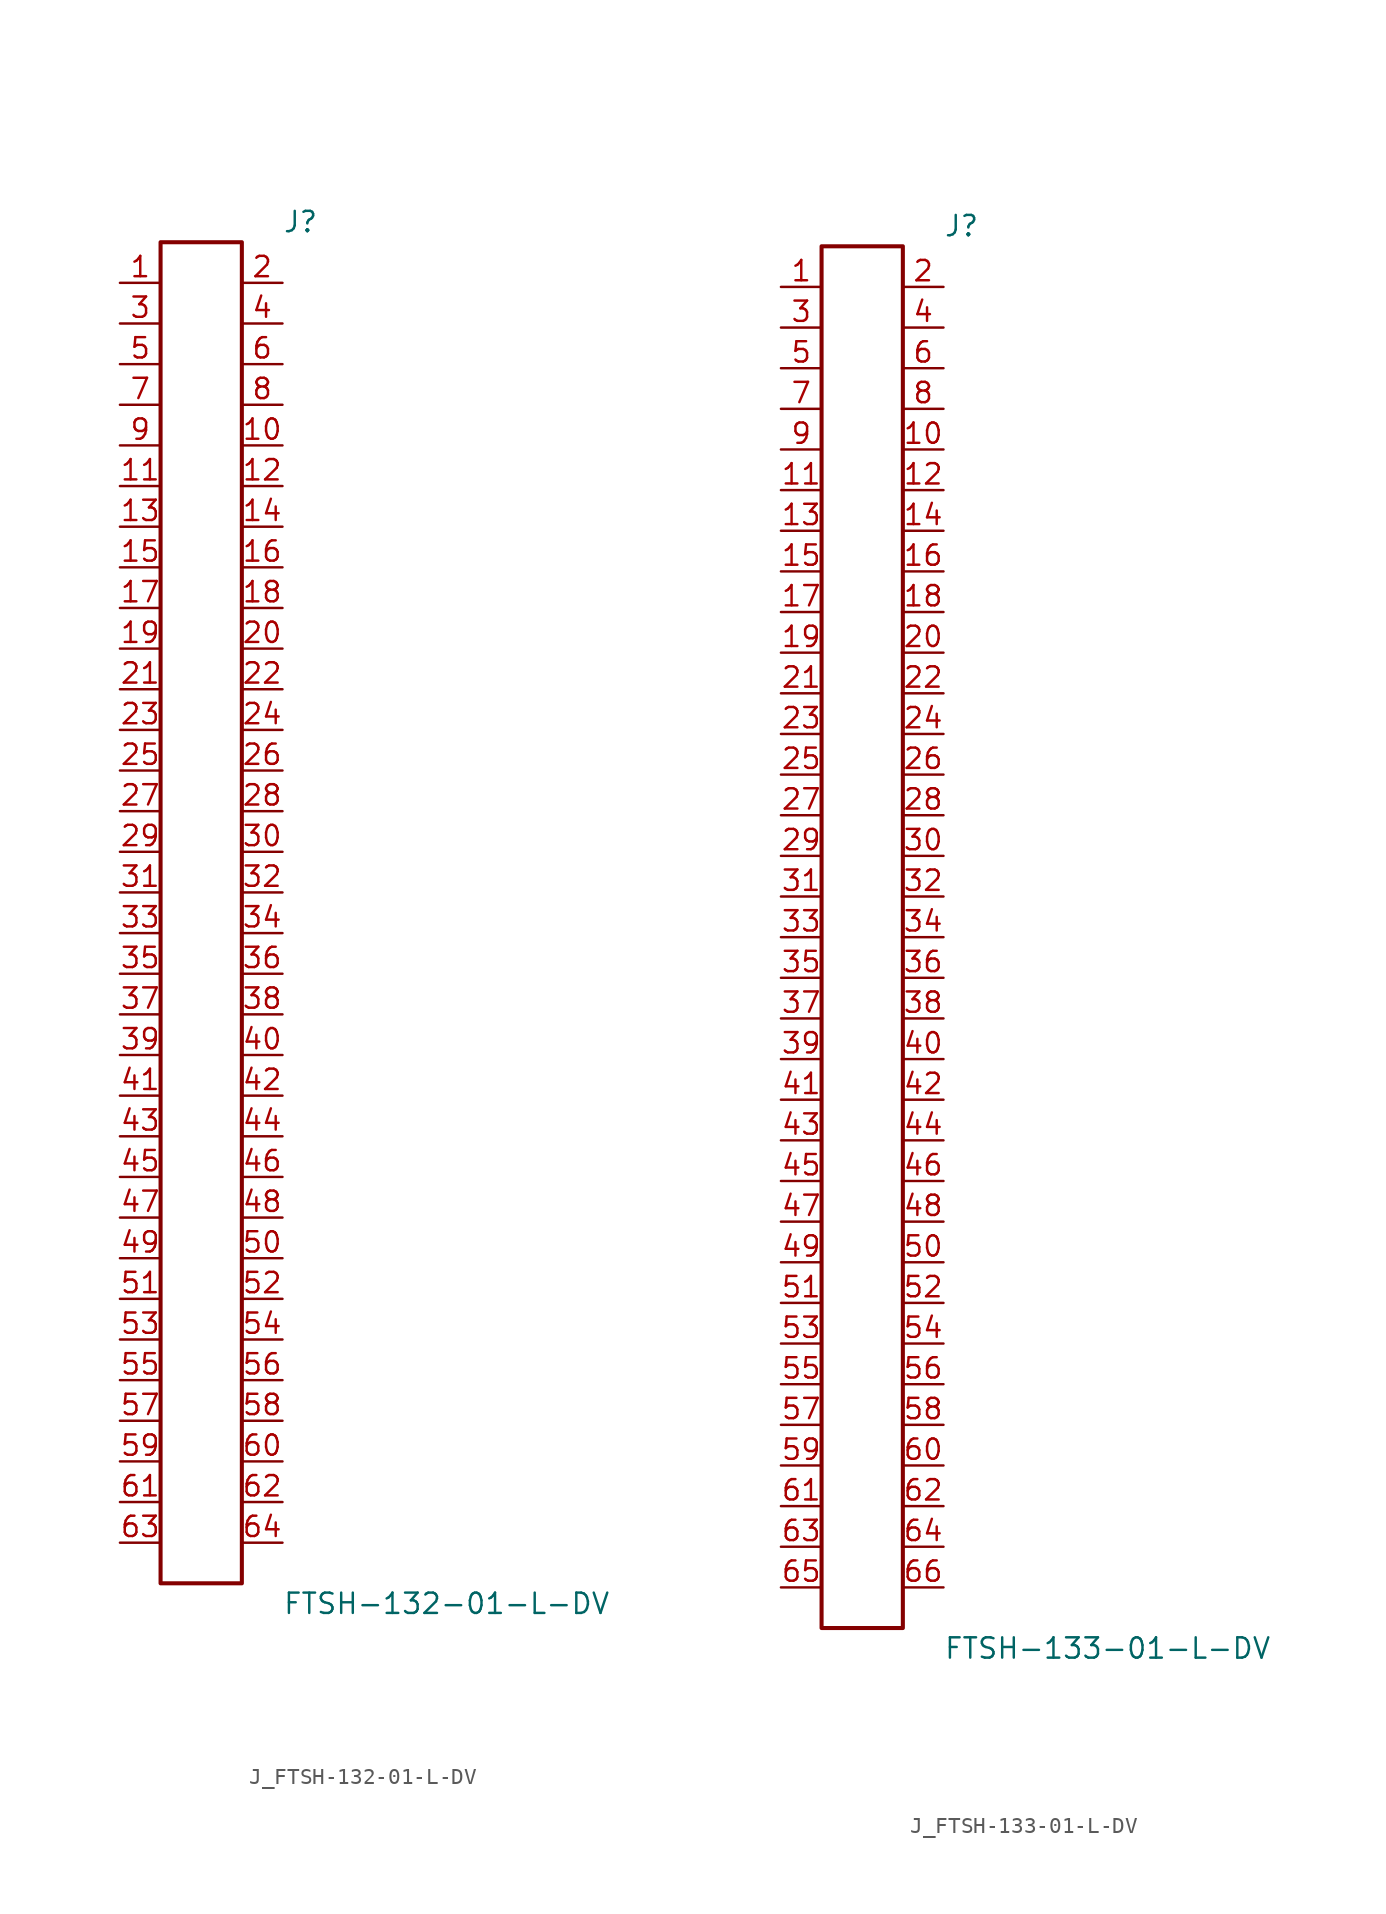
<source format=kicad_sym>
(kicad_symbol_lib
  (version 20231120)
  (generator kicad_symbol_editor)
  (generator_version 8.0)
  (symbol "J_FTSH-132-01-L-DV"
    (pin_names
      (offset 0.254))
    (property "Reference" "J"
      (at 5.08 43.18 0)
      (effects (font (size 1.27 1.27)) (justify left)))
    (property "Value" "FTSH-132-01-L-DV"
      (at 5.08 -43.18 0)
      (effects (font (size 1.27 1.27)) (justify left)))
    (symbol "J_FTSH-132-01-L-DV_0_0"
      (pin passive line (at -5.08 39.37 0) (length 2.54) (name "" (effects (font (size 1.27 1.27)))) (number "1" (effects (font (size 1.27 1.27)))))
      (pin passive line (at 5.08 39.37 180) (length 2.54) (name "" (effects (font (size 1.27 1.27)))) (number "2" (effects (font (size 1.27 1.27)))))
      (pin passive line (at -5.08 36.83 0) (length 2.54) (name "" (effects (font (size 1.27 1.27)))) (number "3" (effects (font (size 1.27 1.27)))))
      (pin passive line (at 5.08 36.83 180) (length 2.54) (name "" (effects (font (size 1.27 1.27)))) (number "4" (effects (font (size 1.27 1.27)))))
      (pin passive line (at -5.08 34.29 0) (length 2.54) (name "" (effects (font (size 1.27 1.27)))) (number "5" (effects (font (size 1.27 1.27)))))
      (pin passive line (at 5.08 34.29 180) (length 2.54) (name "" (effects (font (size 1.27 1.27)))) (number "6" (effects (font (size 1.27 1.27)))))
      (pin passive line (at -5.08 31.75 0) (length 2.54) (name "" (effects (font (size 1.27 1.27)))) (number "7" (effects (font (size 1.27 1.27)))))
      (pin passive line (at 5.08 31.75 180) (length 2.54) (name "" (effects (font (size 1.27 1.27)))) (number "8" (effects (font (size 1.27 1.27)))))
      (pin passive line (at -5.08 29.21 0) (length 2.54) (name "" (effects (font (size 1.27 1.27)))) (number "9" (effects (font (size 1.27 1.27)))))
      (pin passive line (at 5.08 29.21 180) (length 2.54) (name "" (effects (font (size 1.27 1.27)))) (number "10" (effects (font (size 1.27 1.27)))))
      (pin passive line (at -5.08 26.67 0) (length 2.54) (name "" (effects (font (size 1.27 1.27)))) (number "11" (effects (font (size 1.27 1.27)))))
      (pin passive line (at 5.08 26.67 180) (length 2.54) (name "" (effects (font (size 1.27 1.27)))) (number "12" (effects (font (size 1.27 1.27)))))
      (pin passive line (at -5.08 24.13 0) (length 2.54) (name "" (effects (font (size 1.27 1.27)))) (number "13" (effects (font (size 1.27 1.27)))))
      (pin passive line (at 5.08 24.13 180) (length 2.54) (name "" (effects (font (size 1.27 1.27)))) (number "14" (effects (font (size 1.27 1.27)))))
      (pin passive line (at -5.08 21.59 0) (length 2.54) (name "" (effects (font (size 1.27 1.27)))) (number "15" (effects (font (size 1.27 1.27)))))
      (pin passive line (at 5.08 21.59 180) (length 2.54) (name "" (effects (font (size 1.27 1.27)))) (number "16" (effects (font (size 1.27 1.27)))))
      (pin passive line (at -5.08 19.05 0) (length 2.54) (name "" (effects (font (size 1.27 1.27)))) (number "17" (effects (font (size 1.27 1.27)))))
      (pin passive line (at 5.08 19.05 180) (length 2.54) (name "" (effects (font (size 1.27 1.27)))) (number "18" (effects (font (size 1.27 1.27)))))
      (pin passive line (at -5.08 16.51 0) (length 2.54) (name "" (effects (font (size 1.27 1.27)))) (number "19" (effects (font (size 1.27 1.27)))))
      (pin passive line (at 5.08 16.51 180) (length 2.54) (name "" (effects (font (size 1.27 1.27)))) (number "20" (effects (font (size 1.27 1.27)))))
      (pin passive line (at -5.08 13.97 0) (length 2.54) (name "" (effects (font (size 1.27 1.27)))) (number "21" (effects (font (size 1.27 1.27)))))
      (pin passive line (at 5.08 13.97 180) (length 2.54) (name "" (effects (font (size 1.27 1.27)))) (number "22" (effects (font (size 1.27 1.27)))))
      (pin passive line (at -5.08 11.43 0) (length 2.54) (name "" (effects (font (size 1.27 1.27)))) (number "23" (effects (font (size 1.27 1.27)))))
      (pin passive line (at 5.08 11.43 180) (length 2.54) (name "" (effects (font (size 1.27 1.27)))) (number "24" (effects (font (size 1.27 1.27)))))
      (pin passive line (at -5.08 8.89 0) (length 2.54) (name "" (effects (font (size 1.27 1.27)))) (number "25" (effects (font (size 1.27 1.27)))))
      (pin passive line (at 5.08 8.89 180) (length 2.54) (name "" (effects (font (size 1.27 1.27)))) (number "26" (effects (font (size 1.27 1.27)))))
      (pin passive line (at -5.08 6.35 0) (length 2.54) (name "" (effects (font (size 1.27 1.27)))) (number "27" (effects (font (size 1.27 1.27)))))
      (pin passive line (at 5.08 6.35 180) (length 2.54) (name "" (effects (font (size 1.27 1.27)))) (number "28" (effects (font (size 1.27 1.27)))))
      (pin passive line (at -5.08 3.81 0) (length 2.54) (name "" (effects (font (size 1.27 1.27)))) (number "29" (effects (font (size 1.27 1.27)))))
      (pin passive line (at 5.08 3.81 180) (length 2.54) (name "" (effects (font (size 1.27 1.27)))) (number "30" (effects (font (size 1.27 1.27)))))
      (pin passive line (at -5.08 1.27 0) (length 2.54) (name "" (effects (font (size 1.27 1.27)))) (number "31" (effects (font (size 1.27 1.27)))))
      (pin passive line (at 5.08 1.27 180) (length 2.54) (name "" (effects (font (size 1.27 1.27)))) (number "32" (effects (font (size 1.27 1.27)))))
      (pin passive line (at -5.08 -1.27 0) (length 2.54) (name "" (effects (font (size 1.27 1.27)))) (number "33" (effects (font (size 1.27 1.27)))))
      (pin passive line (at 5.08 -1.27 180) (length 2.54) (name "" (effects (font (size 1.27 1.27)))) (number "34" (effects (font (size 1.27 1.27)))))
      (pin passive line (at -5.08 -3.81 0) (length 2.54) (name "" (effects (font (size 1.27 1.27)))) (number "35" (effects (font (size 1.27 1.27)))))
      (pin passive line (at 5.08 -3.81 180) (length 2.54) (name "" (effects (font (size 1.27 1.27)))) (number "36" (effects (font (size 1.27 1.27)))))
      (pin passive line (at -5.08 -6.35 0) (length 2.54) (name "" (effects (font (size 1.27 1.27)))) (number "37" (effects (font (size 1.27 1.27)))))
      (pin passive line (at 5.08 -6.35 180) (length 2.54) (name "" (effects (font (size 1.27 1.27)))) (number "38" (effects (font (size 1.27 1.27)))))
      (pin passive line (at -5.08 -8.89 0) (length 2.54) (name "" (effects (font (size 1.27 1.27)))) (number "39" (effects (font (size 1.27 1.27)))))
      (pin passive line (at 5.08 -8.89 180) (length 2.54) (name "" (effects (font (size 1.27 1.27)))) (number "40" (effects (font (size 1.27 1.27)))))
      (pin passive line (at -5.08 -11.43 0) (length 2.54) (name "" (effects (font (size 1.27 1.27)))) (number "41" (effects (font (size 1.27 1.27)))))
      (pin passive line (at 5.08 -11.43 180) (length 2.54) (name "" (effects (font (size 1.27 1.27)))) (number "42" (effects (font (size 1.27 1.27)))))
      (pin passive line (at -5.08 -13.97 0) (length 2.54) (name "" (effects (font (size 1.27 1.27)))) (number "43" (effects (font (size 1.27 1.27)))))
      (pin passive line (at 5.08 -13.97 180) (length 2.54) (name "" (effects (font (size 1.27 1.27)))) (number "44" (effects (font (size 1.27 1.27)))))
      (pin passive line (at -5.08 -16.51 0) (length 2.54) (name "" (effects (font (size 1.27 1.27)))) (number "45" (effects (font (size 1.27 1.27)))))
      (pin passive line (at 5.08 -16.51 180) (length 2.54) (name "" (effects (font (size 1.27 1.27)))) (number "46" (effects (font (size 1.27 1.27)))))
      (pin passive line (at -5.08 -19.05 0) (length 2.54) (name "" (effects (font (size 1.27 1.27)))) (number "47" (effects (font (size 1.27 1.27)))))
      (pin passive line (at 5.08 -19.05 180) (length 2.54) (name "" (effects (font (size 1.27 1.27)))) (number "48" (effects (font (size 1.27 1.27)))))
      (pin passive line (at -5.08 -21.59 0) (length 2.54) (name "" (effects (font (size 1.27 1.27)))) (number "49" (effects (font (size 1.27 1.27)))))
      (pin passive line (at 5.08 -21.59 180) (length 2.54) (name "" (effects (font (size 1.27 1.27)))) (number "50" (effects (font (size 1.27 1.27)))))
      (pin passive line (at -5.08 -24.13 0) (length 2.54) (name "" (effects (font (size 1.27 1.27)))) (number "51" (effects (font (size 1.27 1.27)))))
      (pin passive line (at 5.08 -24.13 180) (length 2.54) (name "" (effects (font (size 1.27 1.27)))) (number "52" (effects (font (size 1.27 1.27)))))
      (pin passive line (at -5.08 -26.67 0) (length 2.54) (name "" (effects (font (size 1.27 1.27)))) (number "53" (effects (font (size 1.27 1.27)))))
      (pin passive line (at 5.08 -26.67 180) (length 2.54) (name "" (effects (font (size 1.27 1.27)))) (number "54" (effects (font (size 1.27 1.27)))))
      (pin passive line (at -5.08 -29.21 0) (length 2.54) (name "" (effects (font (size 1.27 1.27)))) (number "55" (effects (font (size 1.27 1.27)))))
      (pin passive line (at 5.08 -29.21 180) (length 2.54) (name "" (effects (font (size 1.27 1.27)))) (number "56" (effects (font (size 1.27 1.27)))))
      (pin passive line (at -5.08 -31.75 0) (length 2.54) (name "" (effects (font (size 1.27 1.27)))) (number "57" (effects (font (size 1.27 1.27)))))
      (pin passive line (at 5.08 -31.75 180) (length 2.54) (name "" (effects (font (size 1.27 1.27)))) (number "58" (effects (font (size 1.27 1.27)))))
      (pin passive line (at -5.08 -34.29 0) (length 2.54) (name "" (effects (font (size 1.27 1.27)))) (number "59" (effects (font (size 1.27 1.27)))))
      (pin passive line (at 5.08 -34.29 180) (length 2.54) (name "" (effects (font (size 1.27 1.27)))) (number "60" (effects (font (size 1.27 1.27)))))
      (pin passive line (at -5.08 -36.83 0) (length 2.54) (name "" (effects (font (size 1.27 1.27)))) (number "61" (effects (font (size 1.27 1.27)))))
      (pin passive line (at 5.08 -36.83 180) (length 2.54) (name "" (effects (font (size 1.27 1.27)))) (number "62" (effects (font (size 1.27 1.27)))))
      (pin passive line (at -5.08 -39.37 0) (length 2.54) (name "" (effects (font (size 1.27 1.27)))) (number "63" (effects (font (size 1.27 1.27)))))
      (pin passive line (at 5.08 -39.37 180) (length 2.54) (name "" (effects (font (size 1.27 1.27)))) (number "64" (effects (font (size 1.27 1.27))))))
    (symbol "J_FTSH-132-01-L-DV_1_0"
      (rectangle (start -2.54 41.91) (end 2.54 -41.91) (stroke (width 0.254) (type solid)) (fill (type none)))))
  (symbol "J_FTSH-133-01-L-DV"
    (pin_names
      (offset 0.254))
    (property "Reference" "J"
      (at 5.08 44.45 0)
      (effects (font (size 1.27 1.27)) (justify left)))
    (property "Value" "FTSH-133-01-L-DV"
      (at 5.08 -44.45 0)
      (effects (font (size 1.27 1.27)) (justify left)))
    (symbol "J_FTSH-133-01-L-DV_0_0"
      (pin passive line (at -5.08 40.64 0) (length 2.54) (name "" (effects (font (size 1.27 1.27)))) (number "1" (effects (font (size 1.27 1.27)))))
      (pin passive line (at 5.08 40.64 180) (length 2.54) (name "" (effects (font (size 1.27 1.27)))) (number "2" (effects (font (size 1.27 1.27)))))
      (pin passive line (at -5.08 38.1 0) (length 2.54) (name "" (effects (font (size 1.27 1.27)))) (number "3" (effects (font (size 1.27 1.27)))))
      (pin passive line (at 5.08 38.1 180) (length 2.54) (name "" (effects (font (size 1.27 1.27)))) (number "4" (effects (font (size 1.27 1.27)))))
      (pin passive line (at -5.08 35.56 0) (length 2.54) (name "" (effects (font (size 1.27 1.27)))) (number "5" (effects (font (size 1.27 1.27)))))
      (pin passive line (at 5.08 35.56 180) (length 2.54) (name "" (effects (font (size 1.27 1.27)))) (number "6" (effects (font (size 1.27 1.27)))))
      (pin passive line (at -5.08 33.02 0) (length 2.54) (name "" (effects (font (size 1.27 1.27)))) (number "7" (effects (font (size 1.27 1.27)))))
      (pin passive line (at 5.08 33.02 180) (length 2.54) (name "" (effects (font (size 1.27 1.27)))) (number "8" (effects (font (size 1.27 1.27)))))
      (pin passive line (at -5.08 30.48 0) (length 2.54) (name "" (effects (font (size 1.27 1.27)))) (number "9" (effects (font (size 1.27 1.27)))))
      (pin passive line (at 5.08 30.48 180) (length 2.54) (name "" (effects (font (size 1.27 1.27)))) (number "10" (effects (font (size 1.27 1.27)))))
      (pin passive line (at -5.08 27.94 0) (length 2.54) (name "" (effects (font (size 1.27 1.27)))) (number "11" (effects (font (size 1.27 1.27)))))
      (pin passive line (at 5.08 27.94 180) (length 2.54) (name "" (effects (font (size 1.27 1.27)))) (number "12" (effects (font (size 1.27 1.27)))))
      (pin passive line (at -5.08 25.4 0) (length 2.54) (name "" (effects (font (size 1.27 1.27)))) (number "13" (effects (font (size 1.27 1.27)))))
      (pin passive line (at 5.08 25.4 180) (length 2.54) (name "" (effects (font (size 1.27 1.27)))) (number "14" (effects (font (size 1.27 1.27)))))
      (pin passive line (at -5.08 22.86 0) (length 2.54) (name "" (effects (font (size 1.27 1.27)))) (number "15" (effects (font (size 1.27 1.27)))))
      (pin passive line (at 5.08 22.86 180) (length 2.54) (name "" (effects (font (size 1.27 1.27)))) (number "16" (effects (font (size 1.27 1.27)))))
      (pin passive line (at -5.08 20.32 0) (length 2.54) (name "" (effects (font (size 1.27 1.27)))) (number "17" (effects (font (size 1.27 1.27)))))
      (pin passive line (at 5.08 20.32 180) (length 2.54) (name "" (effects (font (size 1.27 1.27)))) (number "18" (effects (font (size 1.27 1.27)))))
      (pin passive line (at -5.08 17.78 0) (length 2.54) (name "" (effects (font (size 1.27 1.27)))) (number "19" (effects (font (size 1.27 1.27)))))
      (pin passive line (at 5.08 17.78 180) (length 2.54) (name "" (effects (font (size 1.27 1.27)))) (number "20" (effects (font (size 1.27 1.27)))))
      (pin passive line (at -5.08 15.24 0) (length 2.54) (name "" (effects (font (size 1.27 1.27)))) (number "21" (effects (font (size 1.27 1.27)))))
      (pin passive line (at 5.08 15.24 180) (length 2.54) (name "" (effects (font (size 1.27 1.27)))) (number "22" (effects (font (size 1.27 1.27)))))
      (pin passive line (at -5.08 12.7 0) (length 2.54) (name "" (effects (font (size 1.27 1.27)))) (number "23" (effects (font (size 1.27 1.27)))))
      (pin passive line (at 5.08 12.7 180) (length 2.54) (name "" (effects (font (size 1.27 1.27)))) (number "24" (effects (font (size 1.27 1.27)))))
      (pin passive line (at -5.08 10.16 0) (length 2.54) (name "" (effects (font (size 1.27 1.27)))) (number "25" (effects (font (size 1.27 1.27)))))
      (pin passive line (at 5.08 10.16 180) (length 2.54) (name "" (effects (font (size 1.27 1.27)))) (number "26" (effects (font (size 1.27 1.27)))))
      (pin passive line (at -5.08 7.62 0) (length 2.54) (name "" (effects (font (size 1.27 1.27)))) (number "27" (effects (font (size 1.27 1.27)))))
      (pin passive line (at 5.08 7.62 180) (length 2.54) (name "" (effects (font (size 1.27 1.27)))) (number "28" (effects (font (size 1.27 1.27)))))
      (pin passive line (at -5.08 5.08 0) (length 2.54) (name "" (effects (font (size 1.27 1.27)))) (number "29" (effects (font (size 1.27 1.27)))))
      (pin passive line (at 5.08 5.08 180) (length 2.54) (name "" (effects (font (size 1.27 1.27)))) (number "30" (effects (font (size 1.27 1.27)))))
      (pin passive line (at -5.08 2.54 0) (length 2.54) (name "" (effects (font (size 1.27 1.27)))) (number "31" (effects (font (size 1.27 1.27)))))
      (pin passive line (at 5.08 2.54 180) (length 2.54) (name "" (effects (font (size 1.27 1.27)))) (number "32" (effects (font (size 1.27 1.27)))))
      (pin passive line (at -5.08 0.0 0) (length 2.54) (name "" (effects (font (size 1.27 1.27)))) (number "33" (effects (font (size 1.27 1.27)))))
      (pin passive line (at 5.08 0.0 180) (length 2.54) (name "" (effects (font (size 1.27 1.27)))) (number "34" (effects (font (size 1.27 1.27)))))
      (pin passive line (at -5.08 -2.54 0) (length 2.54) (name "" (effects (font (size 1.27 1.27)))) (number "35" (effects (font (size 1.27 1.27)))))
      (pin passive line (at 5.08 -2.54 180) (length 2.54) (name "" (effects (font (size 1.27 1.27)))) (number "36" (effects (font (size 1.27 1.27)))))
      (pin passive line (at -5.08 -5.08 0) (length 2.54) (name "" (effects (font (size 1.27 1.27)))) (number "37" (effects (font (size 1.27 1.27)))))
      (pin passive line (at 5.08 -5.08 180) (length 2.54) (name "" (effects (font (size 1.27 1.27)))) (number "38" (effects (font (size 1.27 1.27)))))
      (pin passive line (at -5.08 -7.62 0) (length 2.54) (name "" (effects (font (size 1.27 1.27)))) (number "39" (effects (font (size 1.27 1.27)))))
      (pin passive line (at 5.08 -7.62 180) (length 2.54) (name "" (effects (font (size 1.27 1.27)))) (number "40" (effects (font (size 1.27 1.27)))))
      (pin passive line (at -5.08 -10.16 0) (length 2.54) (name "" (effects (font (size 1.27 1.27)))) (number "41" (effects (font (size 1.27 1.27)))))
      (pin passive line (at 5.08 -10.16 180) (length 2.54) (name "" (effects (font (size 1.27 1.27)))) (number "42" (effects (font (size 1.27 1.27)))))
      (pin passive line (at -5.08 -12.7 0) (length 2.54) (name "" (effects (font (size 1.27 1.27)))) (number "43" (effects (font (size 1.27 1.27)))))
      (pin passive line (at 5.08 -12.7 180) (length 2.54) (name "" (effects (font (size 1.27 1.27)))) (number "44" (effects (font (size 1.27 1.27)))))
      (pin passive line (at -5.08 -15.24 0) (length 2.54) (name "" (effects (font (size 1.27 1.27)))) (number "45" (effects (font (size 1.27 1.27)))))
      (pin passive line (at 5.08 -15.24 180) (length 2.54) (name "" (effects (font (size 1.27 1.27)))) (number "46" (effects (font (size 1.27 1.27)))))
      (pin passive line (at -5.08 -17.78 0) (length 2.54) (name "" (effects (font (size 1.27 1.27)))) (number "47" (effects (font (size 1.27 1.27)))))
      (pin passive line (at 5.08 -17.78 180) (length 2.54) (name "" (effects (font (size 1.27 1.27)))) (number "48" (effects (font (size 1.27 1.27)))))
      (pin passive line (at -5.08 -20.32 0) (length 2.54) (name "" (effects (font (size 1.27 1.27)))) (number "49" (effects (font (size 1.27 1.27)))))
      (pin passive line (at 5.08 -20.32 180) (length 2.54) (name "" (effects (font (size 1.27 1.27)))) (number "50" (effects (font (size 1.27 1.27)))))
      (pin passive line (at -5.08 -22.86 0) (length 2.54) (name "" (effects (font (size 1.27 1.27)))) (number "51" (effects (font (size 1.27 1.27)))))
      (pin passive line (at 5.08 -22.86 180) (length 2.54) (name "" (effects (font (size 1.27 1.27)))) (number "52" (effects (font (size 1.27 1.27)))))
      (pin passive line (at -5.08 -25.4 0) (length 2.54) (name "" (effects (font (size 1.27 1.27)))) (number "53" (effects (font (size 1.27 1.27)))))
      (pin passive line (at 5.08 -25.4 180) (length 2.54) (name "" (effects (font (size 1.27 1.27)))) (number "54" (effects (font (size 1.27 1.27)))))
      (pin passive line (at -5.08 -27.94 0) (length 2.54) (name "" (effects (font (size 1.27 1.27)))) (number "55" (effects (font (size 1.27 1.27)))))
      (pin passive line (at 5.08 -27.94 180) (length 2.54) (name "" (effects (font (size 1.27 1.27)))) (number "56" (effects (font (size 1.27 1.27)))))
      (pin passive line (at -5.08 -30.48 0) (length 2.54) (name "" (effects (font (size 1.27 1.27)))) (number "57" (effects (font (size 1.27 1.27)))))
      (pin passive line (at 5.08 -30.48 180) (length 2.54) (name "" (effects (font (size 1.27 1.27)))) (number "58" (effects (font (size 1.27 1.27)))))
      (pin passive line (at -5.08 -33.02 0) (length 2.54) (name "" (effects (font (size 1.27 1.27)))) (number "59" (effects (font (size 1.27 1.27)))))
      (pin passive line (at 5.08 -33.02 180) (length 2.54) (name "" (effects (font (size 1.27 1.27)))) (number "60" (effects (font (size 1.27 1.27)))))
      (pin passive line (at -5.08 -35.56 0) (length 2.54) (name "" (effects (font (size 1.27 1.27)))) (number "61" (effects (font (size 1.27 1.27)))))
      (pin passive line (at 5.08 -35.56 180) (length 2.54) (name "" (effects (font (size 1.27 1.27)))) (number "62" (effects (font (size 1.27 1.27)))))
      (pin passive line (at -5.08 -38.1 0) (length 2.54) (name "" (effects (font (size 1.27 1.27)))) (number "63" (effects (font (size 1.27 1.27)))))
      (pin passive line (at 5.08 -38.1 180) (length 2.54) (name "" (effects (font (size 1.27 1.27)))) (number "64" (effects (font (size 1.27 1.27)))))
      (pin passive line (at -5.08 -40.64 0) (length 2.54) (name "" (effects (font (size 1.27 1.27)))) (number "65" (effects (font (size 1.27 1.27)))))
      (pin passive line (at 5.08 -40.64 180) (length 2.54) (name "" (effects (font (size 1.27 1.27)))) (number "66" (effects (font (size 1.27 1.27))))))
    (symbol "J_FTSH-133-01-L-DV_1_0"
      (rectangle (start -2.54 43.18) (end 2.54 -43.18) (stroke (width 0.254) (type solid)) (fill (type none))))))
</source>
